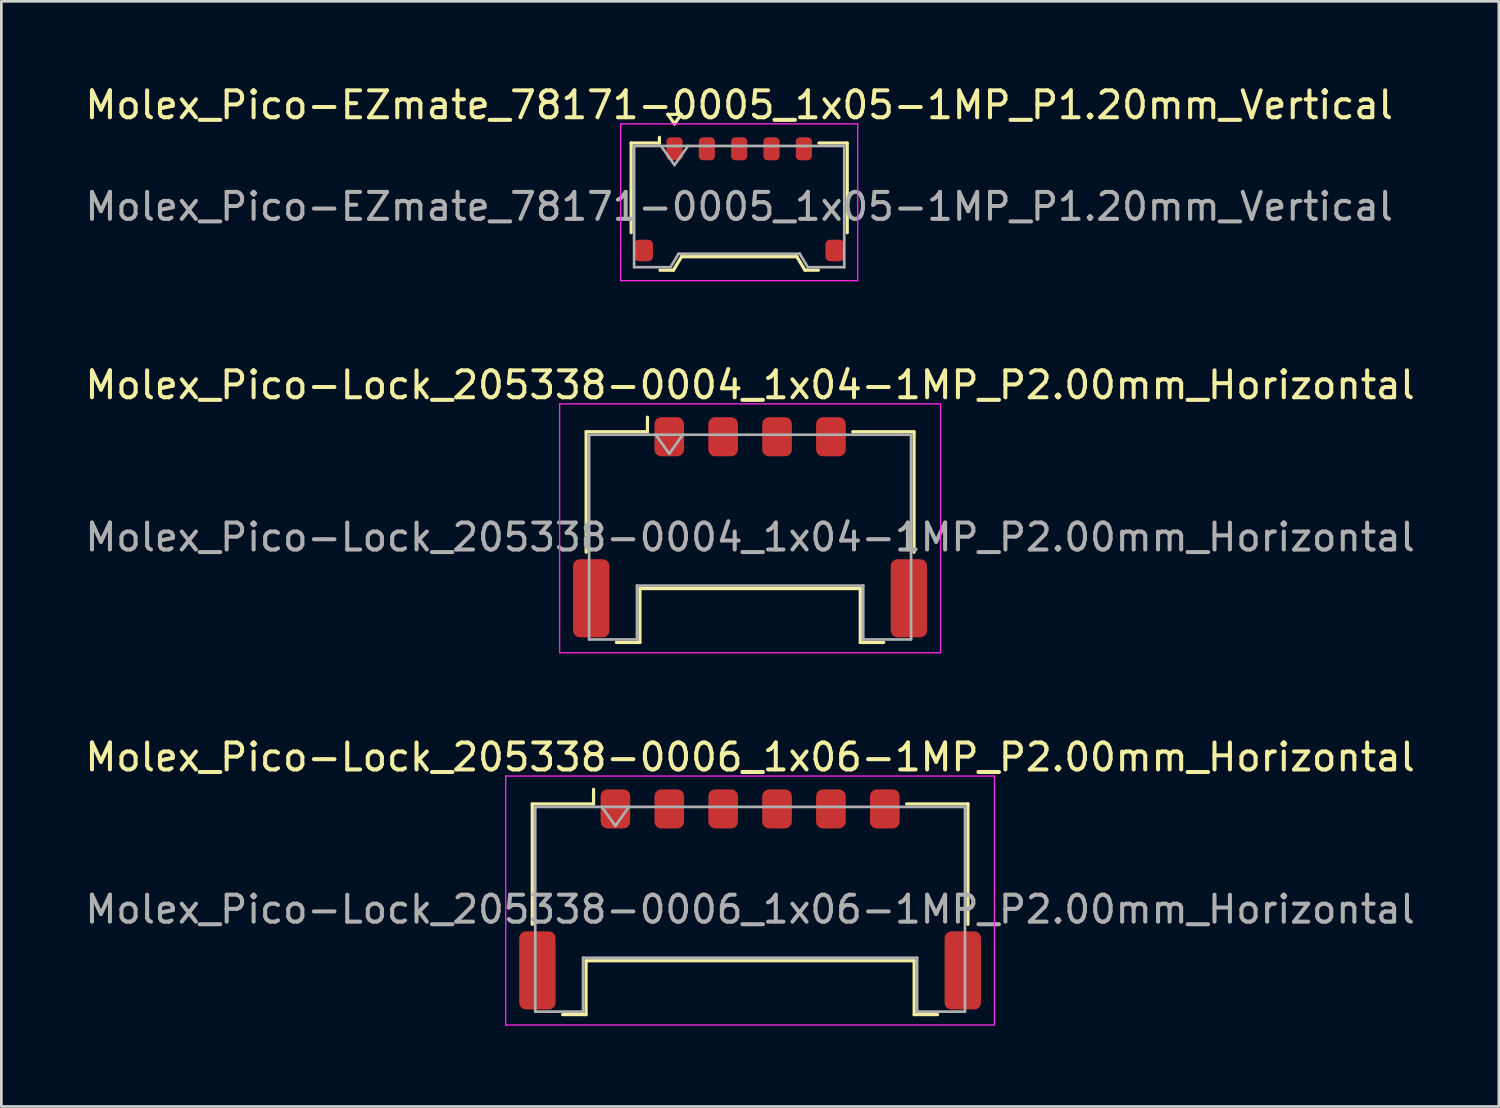
<source format=kicad_pcb>
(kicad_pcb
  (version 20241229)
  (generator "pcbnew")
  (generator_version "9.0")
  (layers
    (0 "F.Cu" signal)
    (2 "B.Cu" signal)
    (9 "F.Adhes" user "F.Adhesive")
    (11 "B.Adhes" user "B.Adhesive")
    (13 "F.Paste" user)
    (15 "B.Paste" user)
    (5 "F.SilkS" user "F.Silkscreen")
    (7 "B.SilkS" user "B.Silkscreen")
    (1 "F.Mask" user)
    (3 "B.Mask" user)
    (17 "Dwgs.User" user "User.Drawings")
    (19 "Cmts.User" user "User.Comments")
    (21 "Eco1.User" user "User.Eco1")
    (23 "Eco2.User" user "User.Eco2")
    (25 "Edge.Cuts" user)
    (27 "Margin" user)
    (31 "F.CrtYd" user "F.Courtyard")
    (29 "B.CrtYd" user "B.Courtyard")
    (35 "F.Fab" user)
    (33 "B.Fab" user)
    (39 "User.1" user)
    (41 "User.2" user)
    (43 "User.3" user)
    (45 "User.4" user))
  (footprint "Molex_Pico-EZmate_78171-0005_1x05-1MP_P1.20mm_Vertical"
    (layer "F.Cu")
    (at 24.387 4.348)
    (property "Reference" "Molex_Pico-EZmate_78171-0005_1x05-1MP_P1.20mm_Vertical" (at 0 -3.5 0) (layer "F.SilkS") (effects (font (size 1 1) (thickness 0.15))))
    (attr smd)
    (fp_line (start -4.01 -2.09) (end -2.96 -2.09) (stroke (width 0.12) (type solid)) (layer "F.SilkS"))
    (fp_line (start -4.01 1.24) (end -4.01 -2.09) (stroke (width 0.12) (type solid)) (layer "F.SilkS"))
    (fp_line (start -2.96 -2.09) (end -2.96 -2.3) (stroke (width 0.12) (type solid)) (layer "F.SilkS"))
    (fp_line (start -2.94 2.63) (end -2.44 2.63) (stroke (width 0.12) (type solid)) (layer "F.SilkS"))
    (fp_line (start -2.65 -3.154) (end -2.4 -2.8) (stroke (width 0.12) (type solid)) (layer "F.SilkS"))
    (fp_line (start -2.44 2.63) (end -2.14 2.13) (stroke (width 0.12) (type solid)) (layer "F.SilkS"))
    (fp_line (start -2.4 -2.8) (end -2.15 -3.154) (stroke (width 0.12) (type solid)) (layer "F.SilkS"))
    (fp_line (start -2.15 -3.154) (end -2.65 -3.154) (stroke (width 0.12) (type solid)) (layer "F.SilkS"))
    (fp_line (start -2.14 2.13) (end 2.14 2.13) (stroke (width 0.12) (type solid)) (layer "F.SilkS"))
    (fp_line (start 2.14 2.13) (end 2.44 2.63) (stroke (width 0.12) (type solid)) (layer "F.SilkS"))
    (fp_line (start 2.44 2.63) (end 2.94 2.63) (stroke (width 0.12) (type solid)) (layer "F.SilkS"))
    (fp_line (start 4.01 -2.09) (end 2.96 -2.09) (stroke (width 0.12) (type solid)) (layer "F.SilkS"))
    (fp_line (start 4.01 1.24) (end 4.01 -2.09) (stroke (width 0.12) (type solid)) (layer "F.SilkS"))
    (fp_line (start -4.4 -2.8) (end -4.4 3.02) (stroke (width 0.05) (type solid)) (layer "F.CrtYd"))
    (fp_line (start -4.4 3.02) (end 4.4 3.02) (stroke (width 0.05) (type solid)) (layer "F.CrtYd"))
    (fp_line (start 4.4 -2.8) (end -4.4 -2.8) (stroke (width 0.05) (type solid)) (layer "F.CrtYd"))
    (fp_line (start 4.4 3.02) (end 4.4 -2.8) (stroke (width 0.05) (type solid)) (layer "F.CrtYd"))
    (fp_line (start -3.9 -1.98) (end -3.9 2.52) (stroke (width 0.1) (type solid)) (layer "F.Fab"))
    (fp_line (start -3.9 -1.98) (end 3.9 -1.98) (stroke (width 0.1) (type solid)) (layer "F.Fab"))
    (fp_line (start -3.9 2.52) (end -2.55 2.52) (stroke (width 0.1) (type solid)) (layer "F.Fab"))
    (fp_line (start -2.9 -1.98) (end -2.4 -1.273) (stroke (width 0.1) (type solid)) (layer "F.Fab"))
    (fp_line (start -2.55 2.52) (end -2.25 2.02) (stroke (width 0.1) (type solid)) (layer "F.Fab"))
    (fp_line (start -2.4 -1.273) (end -1.9 -1.98) (stroke (width 0.1) (type solid)) (layer "F.Fab"))
    (fp_line (start -2.25 2.02) (end 2.25 2.02) (stroke (width 0.1) (type solid)) (layer "F.Fab"))
    (fp_line (start 2.25 2.02) (end 2.55 2.52) (stroke (width 0.1) (type solid)) (layer "F.Fab"))
    (fp_line (start 2.55 2.52) (end 3.9 2.52) (stroke (width 0.1) (type solid)) (layer "F.Fab"))
    (fp_line (start 3.9 -1.98) (end 3.9 2.52) (stroke (width 0.1) (type solid)) (layer "F.Fab"))
    (fp_text user "${REFERENCE}" (at 0 0.27 0) (layer "F.Fab") (effects (font (size 1 1) (thickness 0.15))))
    (pad "1" smd roundrect (at -2.4 -1.875) (size 0.6 0.85) (layers "F.Cu" "F.Mask" "F.Paste") (roundrect_rratio 0.25))
    (pad "2" smd roundrect (at -1.2 -1.875) (size 0.6 0.85) (layers "F.Cu" "F.Mask" "F.Paste") (roundrect_rratio 0.25))
    (pad "3" smd roundrect (at 0 -1.875) (size 0.6 0.85) (layers "F.Cu" "F.Mask" "F.Paste") (roundrect_rratio 0.25))
    (pad "4" smd roundrect (at 1.2 -1.875) (size 0.6 0.85) (layers "F.Cu" "F.Mask" "F.Paste") (roundrect_rratio 0.25))
    (pad "5" smd roundrect (at 2.4 -1.875) (size 0.6 0.85) (layers "F.Cu" "F.Mask" "F.Paste") (roundrect_rratio 0.25))
    (pad "MP" smd roundrect (at -3.55 1.9) (size 0.7 0.8) (layers "F.Cu" "F.Mask" "F.Paste") (roundrect_rratio 0.25))
    (pad "MP" smd roundrect (at 3.55 1.9) (size 0.7 0.8) (layers "F.Cu" "F.Mask" "F.Paste") (roundrect_rratio 0.25)))
  (footprint "Molex_Pico-Lock_205338-0006_1x06-1MP_P2.00mm_Horizontal"
    (layer "F.Cu")
    (at 24.792 30.335)
    (property "Reference" "Molex_Pico-Lock_205338-0006_1x06-1MP_P2.00mm_Horizontal" (at 0 -5.28 0) (layer "F.SilkS") (effects (font (size 1 1) (thickness 0.15))))
    (attr smd)
    (fp_line (start -8.085 -3.545) (end -5.81 -3.545) (stroke (width 0.12) (type solid)) (layer "F.SilkS"))
    (fp_line (start -8.085 0.925) (end -8.085 -3.545) (stroke (width 0.12) (type solid)) (layer "F.SilkS"))
    (fp_line (start -6.96 4.275) (end -6.09 4.275) (stroke (width 0.12) (type solid)) (layer "F.SilkS"))
    (fp_line (start -6.09 2.275) (end 6.09 2.275) (stroke (width 0.12) (type solid)) (layer "F.SilkS"))
    (fp_line (start -6.09 4.275) (end -6.09 2.275) (stroke (width 0.12) (type solid)) (layer "F.SilkS"))
    (fp_line (start -5.81 -3.545) (end -5.81 -4.085) (stroke (width 0.12) (type solid)) (layer "F.SilkS"))
    (fp_line (start 6.09 2.275) (end 6.09 4.275) (stroke (width 0.12) (type solid)) (layer "F.SilkS"))
    (fp_line (start 6.09 4.275) (end 6.96 4.275) (stroke (width 0.12) (type solid)) (layer "F.SilkS"))
    (fp_line (start 8.085 -3.545) (end 5.81 -3.545) (stroke (width 0.12) (type solid)) (layer "F.SilkS"))
    (fp_line (start 8.085 0.925) (end 8.085 -3.545) (stroke (width 0.12) (type solid)) (layer "F.SilkS"))
    (fp_line (start -9.07 -4.58) (end -9.07 4.66) (stroke (width 0.05) (type solid)) (layer "F.CrtYd"))
    (fp_line (start -9.07 4.66) (end 9.07 4.66) (stroke (width 0.05) (type solid)) (layer "F.CrtYd"))
    (fp_line (start 9.07 -4.58) (end -9.07 -4.58) (stroke (width 0.05) (type solid)) (layer "F.CrtYd"))
    (fp_line (start 9.07 4.66) (end 9.07 -4.58) (stroke (width 0.05) (type solid)) (layer "F.CrtYd"))
    (fp_line (start -7.975 -3.435) (end -7.975 4.165) (stroke (width 0.1) (type solid)) (layer "F.Fab"))
    (fp_line (start -7.975 -3.435) (end 7.975 -3.435) (stroke (width 0.1) (type solid)) (layer "F.Fab"))
    (fp_line (start -7.975 4.165) (end -6.2 4.165) (stroke (width 0.1) (type solid)) (layer "F.Fab"))
    (fp_line (start -6.2 2.165) (end 6.2 2.165) (stroke (width 0.1) (type solid)) (layer "F.Fab"))
    (fp_line (start -6.2 4.165) (end -6.2 2.165) (stroke (width 0.1) (type solid)) (layer "F.Fab"))
    (fp_line (start -5.5 -3.435) (end -5 -2.728) (stroke (width 0.1) (type solid)) (layer "F.Fab"))
    (fp_line (start -5 -2.728) (end -4.5 -3.435) (stroke (width 0.1) (type solid)) (layer "F.Fab"))
    (fp_line (start 6.2 2.165) (end 6.2 4.165) (stroke (width 0.1) (type solid)) (layer "F.Fab"))
    (fp_line (start 6.2 4.165) (end 7.975 4.165) (stroke (width 0.1) (type solid)) (layer "F.Fab"))
    (fp_line (start 7.975 -3.435) (end 7.975 4.165) (stroke (width 0.1) (type solid)) (layer "F.Fab"))
    (fp_text user "${REFERENCE}" (at 0 0.37 0) (layer "F.Fab") (effects (font (size 1 1) (thickness 0.15))))
    (pad "1" smd roundrect (at -5 -3.36) (size 1.1 1.45) (layers "F.Cu" "F.Mask" "F.Paste") (roundrect_rratio 0.227))
    (pad "2" smd roundrect (at -3 -3.36) (size 1.1 1.45) (layers "F.Cu" "F.Mask" "F.Paste") (roundrect_rratio 0.227))
    (pad "3" smd roundrect (at -1 -3.36) (size 1.1 1.45) (layers "F.Cu" "F.Mask" "F.Paste") (roundrect_rratio 0.227))
    (pad "4" smd roundrect (at 1 -3.36) (size 1.1 1.45) (layers "F.Cu" "F.Mask" "F.Paste") (roundrect_rratio 0.227))
    (pad "5" smd roundrect (at 3 -3.36) (size 1.1 1.45) (layers "F.Cu" "F.Mask" "F.Paste") (roundrect_rratio 0.227))
    (pad "6" smd roundrect (at 5 -3.36) (size 1.1 1.45) (layers "F.Cu" "F.Mask" "F.Paste") (roundrect_rratio 0.227))
    (pad "MP" smd roundrect (at -7.895 2.635) (size 1.35 2.9) (layers "F.Cu" "F.Mask" "F.Paste") (roundrect_rratio 0.185))
    (pad "MP" smd roundrect (at 7.895 2.635) (size 1.35 2.9) (layers "F.Cu" "F.Mask" "F.Paste") (roundrect_rratio 0.185)))
  (footprint "Molex_Pico-Lock_205338-0004_1x04-1MP_P2.00mm_Horizontal"
    (layer "F.Cu")
    (at 24.792 16.521)
    (property "Reference" "Molex_Pico-Lock_205338-0004_1x04-1MP_P2.00mm_Horizontal" (at 0 -5.28 0) (layer "F.SilkS") (effects (font (size 1 1) (thickness 0.15))))
    (attr smd)
    (fp_line (start -6.085 -3.545) (end -3.81 -3.545) (stroke (width 0.12) (type solid)) (layer "F.SilkS"))
    (fp_line (start -6.085 0.925) (end -6.085 -3.545) (stroke (width 0.12) (type solid)) (layer "F.SilkS"))
    (fp_line (start -4.96 4.275) (end -4.09 4.275) (stroke (width 0.12) (type solid)) (layer "F.SilkS"))
    (fp_line (start -4.09 2.275) (end 4.09 2.275) (stroke (width 0.12) (type solid)) (layer "F.SilkS"))
    (fp_line (start -4.09 4.275) (end -4.09 2.275) (stroke (width 0.12) (type solid)) (layer "F.SilkS"))
    (fp_line (start -3.81 -3.545) (end -3.81 -4.085) (stroke (width 0.12) (type solid)) (layer "F.SilkS"))
    (fp_line (start 4.09 2.275) (end 4.09 4.275) (stroke (width 0.12) (type solid)) (layer "F.SilkS"))
    (fp_line (start 4.09 4.275) (end 4.96 4.275) (stroke (width 0.12) (type solid)) (layer "F.SilkS"))
    (fp_line (start 6.085 -3.545) (end 3.81 -3.545) (stroke (width 0.12) (type solid)) (layer "F.SilkS"))
    (fp_line (start 6.085 0.925) (end 6.085 -3.545) (stroke (width 0.12) (type solid)) (layer "F.SilkS"))
    (fp_line (start -7.07 -4.58) (end -7.07 4.66) (stroke (width 0.05) (type solid)) (layer "F.CrtYd"))
    (fp_line (start -7.07 4.66) (end 7.07 4.66) (stroke (width 0.05) (type solid)) (layer "F.CrtYd"))
    (fp_line (start 7.07 -4.58) (end -7.07 -4.58) (stroke (width 0.05) (type solid)) (layer "F.CrtYd"))
    (fp_line (start 7.07 4.66) (end 7.07 -4.58) (stroke (width 0.05) (type solid)) (layer "F.CrtYd"))
    (fp_line (start -5.975 -3.435) (end -5.975 4.165) (stroke (width 0.1) (type solid)) (layer "F.Fab"))
    (fp_line (start -5.975 -3.435) (end 5.975 -3.435) (stroke (width 0.1) (type solid)) (layer "F.Fab"))
    (fp_line (start -5.975 4.165) (end -4.2 4.165) (stroke (width 0.1) (type solid)) (layer "F.Fab"))
    (fp_line (start -4.2 2.165) (end 4.2 2.165) (stroke (width 0.1) (type solid)) (layer "F.Fab"))
    (fp_line (start -4.2 4.165) (end -4.2 2.165) (stroke (width 0.1) (type solid)) (layer "F.Fab"))
    (fp_line (start -3.5 -3.435) (end -3 -2.728) (stroke (width 0.1) (type solid)) (layer "F.Fab"))
    (fp_line (start -3 -2.728) (end -2.5 -3.435) (stroke (width 0.1) (type solid)) (layer "F.Fab"))
    (fp_line (start 4.2 2.165) (end 4.2 4.165) (stroke (width 0.1) (type solid)) (layer "F.Fab"))
    (fp_line (start 4.2 4.165) (end 5.975 4.165) (stroke (width 0.1) (type solid)) (layer "F.Fab"))
    (fp_line (start 5.975 -3.435) (end 5.975 4.165) (stroke (width 0.1) (type solid)) (layer "F.Fab"))
    (fp_text user "${REFERENCE}" (at 0 0.37 0) (layer "F.Fab") (effects (font (size 1 1) (thickness 0.15))))
    (pad "1" smd roundrect (at -3 -3.36) (size 1.1 1.45) (layers "F.Cu" "F.Mask" "F.Paste") (roundrect_rratio 0.227))
    (pad "2" smd roundrect (at -1 -3.36) (size 1.1 1.45) (layers "F.Cu" "F.Mask" "F.Paste") (roundrect_rratio 0.227))
    (pad "3" smd roundrect (at 1 -3.36) (size 1.1 1.45) (layers "F.Cu" "F.Mask" "F.Paste") (roundrect_rratio 0.227))
    (pad "4" smd roundrect (at 3 -3.36) (size 1.1 1.45) (layers "F.Cu" "F.Mask" "F.Paste") (roundrect_rratio 0.227))
    (pad "MP" smd roundrect (at -5.895 2.635) (size 1.35 2.9) (layers "F.Cu" "F.Mask" "F.Paste") (roundrect_rratio 0.185))
    (pad "MP" smd roundrect (at 5.895 2.635) (size 1.35 2.9) (layers "F.Cu" "F.Mask" "F.Paste") (roundrect_rratio 0.185)))
  (gr_rect
    (start -3 -3)
    (end 52.583 38.02)
    (stroke (width 0.1) (type default))
    (fill no)
    (layer "Edge.Cuts")))
</source>
